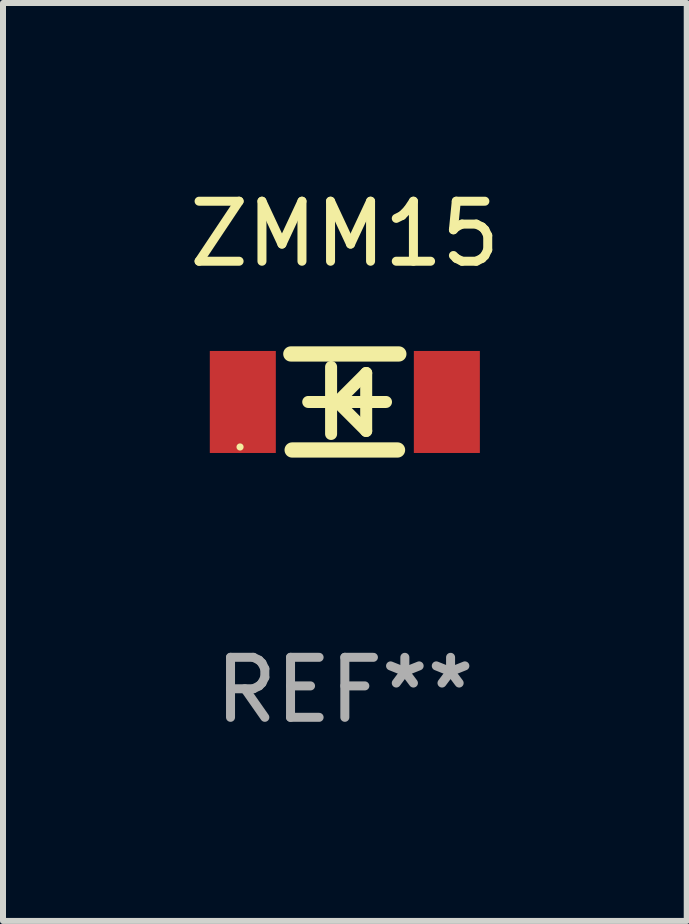
<source format=kicad_pcb>
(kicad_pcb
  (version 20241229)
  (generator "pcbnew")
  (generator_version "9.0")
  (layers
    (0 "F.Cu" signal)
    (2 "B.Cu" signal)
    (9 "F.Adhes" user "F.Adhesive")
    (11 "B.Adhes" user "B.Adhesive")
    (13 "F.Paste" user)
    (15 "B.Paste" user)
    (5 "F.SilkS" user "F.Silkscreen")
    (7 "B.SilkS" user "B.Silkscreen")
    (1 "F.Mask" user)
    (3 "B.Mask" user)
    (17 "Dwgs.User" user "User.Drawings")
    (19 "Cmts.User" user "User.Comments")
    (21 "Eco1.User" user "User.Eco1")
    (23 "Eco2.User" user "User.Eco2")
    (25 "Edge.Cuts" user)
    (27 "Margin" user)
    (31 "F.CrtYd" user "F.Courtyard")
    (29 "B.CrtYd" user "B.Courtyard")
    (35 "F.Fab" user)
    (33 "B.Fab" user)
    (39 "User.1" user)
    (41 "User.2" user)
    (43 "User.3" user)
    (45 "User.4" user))
  (footprint "ZMM15"
    (layer "F.Cu")
    (at 2.696 3.648)
    (property "Reference" "ZMM15" (at 0 -2.8 0) (layer "F.SilkS") (effects (font (size 1 1) (thickness 0.15))))
    (attr through_hole)
    (fp_line (start -0.9 -0.8) (end 0.9 -0.8) (stroke (width 0.254) (type solid)) (layer "F.SilkS"))
    (fp_line (start -0.878 0.8) (end 0.878 0.8) (stroke (width 0.254) (type solid)) (layer "F.SilkS"))
    (fp_line (start -0.61 0) (end 0.686 0) (stroke (width 0.2) (type solid)) (layer "F.SilkS"))
    (fp_line (start -0.229 -0.584) (end -0.229 0.533) (stroke (width 0.2) (type solid)) (layer "F.SilkS"))
    (fp_line (start -0.127 0) (end 0.356 -0.483) (stroke (width 0.2) (type solid)) (layer "F.SilkS"))
    (fp_line (start 0.356 -0.483) (end 0.356 0.483) (stroke (width 0.2) (type solid)) (layer "F.SilkS"))
    (fp_line (start 0.356 0.483) (end -0.102 0.025) (stroke (width 0.2) (type solid)) (layer "F.SilkS"))
    (fp_circle (center -1.746 0.75) (end -1.716 0.75) (stroke (width 0.06) (type solid)) (fill no) (layer "F.SilkS"))
    (fp_text user "REF**" (at 0 4.8 0) (layer "F.Fab") (effects (font (size 1 1) (thickness 0.15))))
    (pad "1" smd rect (at -1.7 0 180) (size 1.1 1.7) (layers "F.Cu" "F.Mask" "F.Paste"))
    (pad "2" smd rect (at 1.7 0 180) (size 1.1 1.7) (layers "F.Cu" "F.Mask" "F.Paste")))
  (gr_rect
    (start -3 -3)
    (end 8.393 12.296)
    (stroke (width 0.1) (type default))
    (fill no)
    (layer "Edge.Cuts")))
</source>
